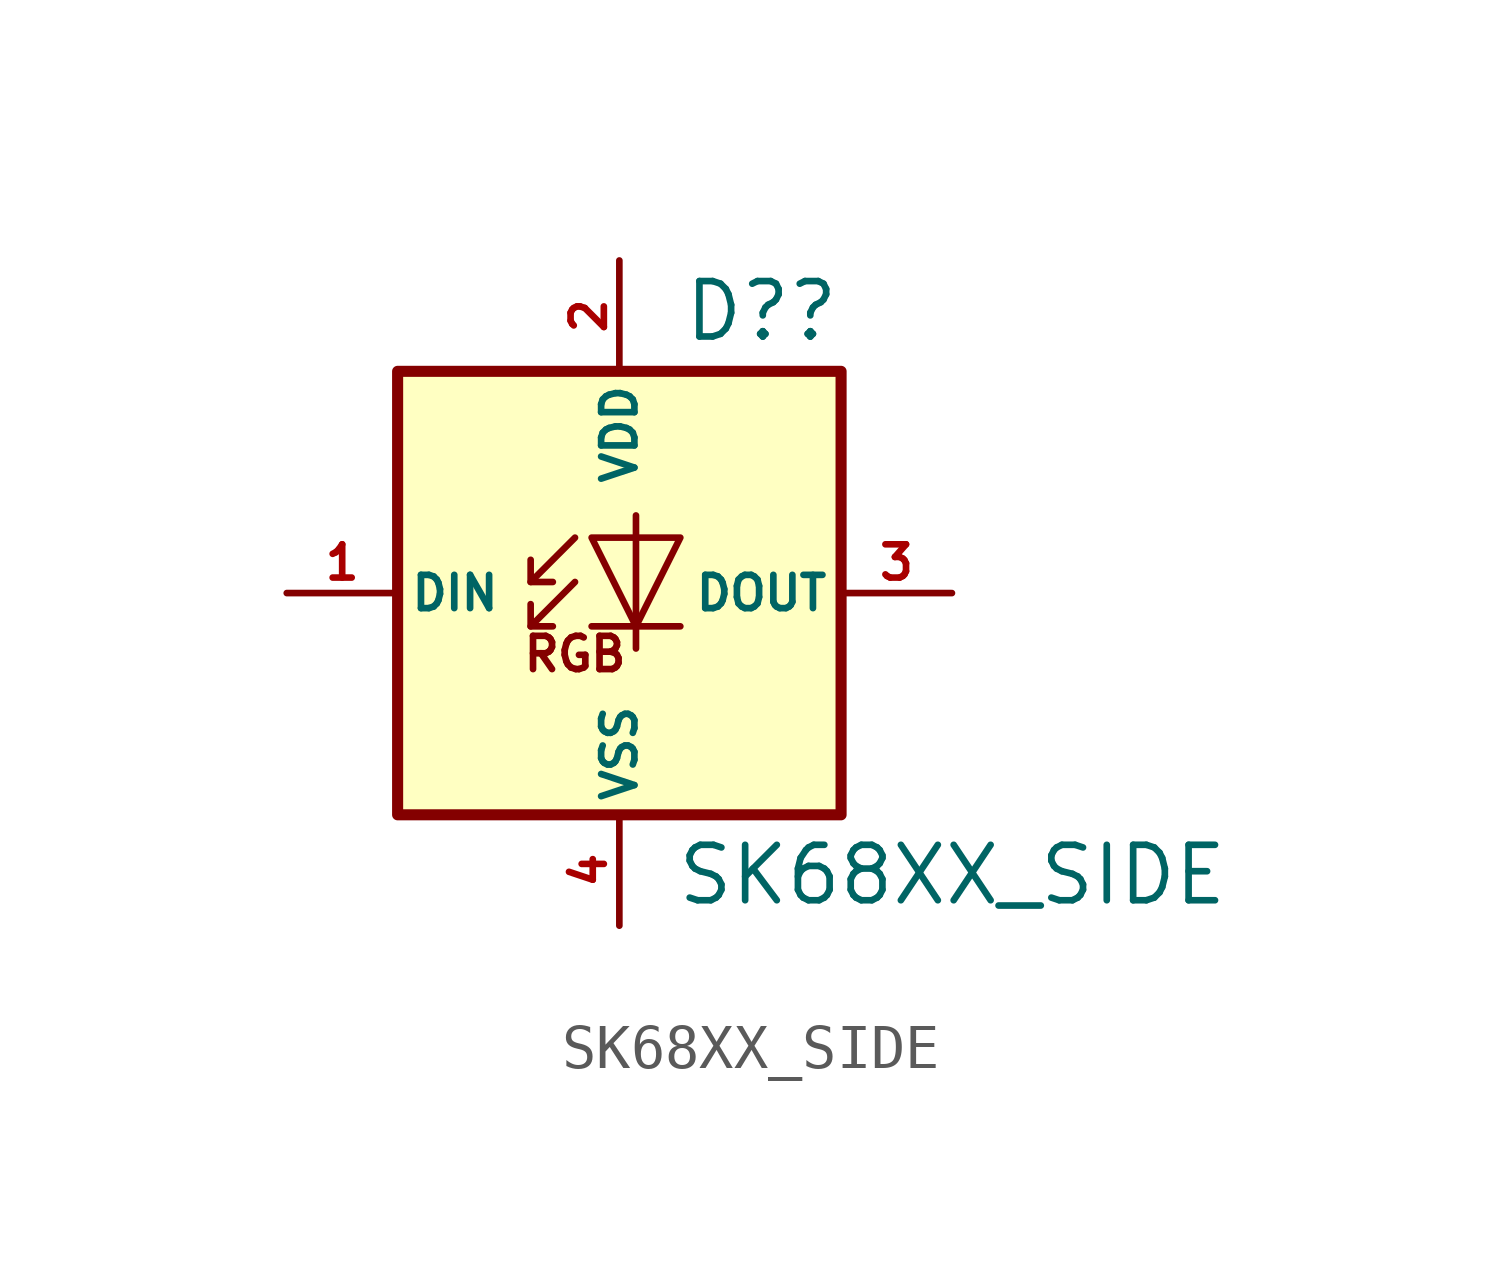
<source format=kicad_sym>
(kicad_symbol_lib
  (version 20211014)
  (generator kicad_symbol_editor)
  (symbol "SK68XX_SIDE"
    (pin_names
      (offset 0.254))
    (property "Reference" "D?"
      (at 5.08 5.715 0)
      (effects (font (size 1.27 1.27)) (justify right bottom)))
    (property "Value" "SK68XX_SIDE"
      (at 1.27 -5.715 0)
      (effects (font (size 1.27 1.27)) (justify left top)))
    (symbol "SK68XX_SIDE_0_0"
      (text "RGB" (at -1.016 -1.397 0) (effects (font (size 0.762 0.762)))))
    (symbol "SK68XX_SIDE_0_1"
      (polyline (pts (xy -2.032 -0.762) (xy -1.524 -0.762)) (stroke (width 0) (type default) (color 0 0 0 0)) (fill (type none)))
      (polyline (pts (xy -2.032 0.254) (xy -1.524 0.254)) (stroke (width 0) (type default) (color 0 0 0 0)) (fill (type none)))
      (polyline (pts (xy 1.397 -0.762) (xy -0.635 -0.762)) (stroke (width 0) (type default) (color 0 0 0 0)) (fill (type none)))
      (polyline (pts (xy -1.016 0.254) (xy -2.032 -0.762) (xy -2.032 -0.254)) (stroke (width 0) (type default) (color 0 0 0 0)) (fill (type none)))
      (polyline (pts (xy -1.016 1.27) (xy -2.032 0.254) (xy -2.032 0.762)) (stroke (width 0) (type default) (color 0 0 0 0)) (fill (type none)))
      (polyline (pts (xy 0.381 1.778) (xy 0.381 -0.762) (xy 0.381 -1.27)) (stroke (width 0) (type default) (color 0 0 0 0)) (fill (type none)))
      (polyline (pts (xy 1.397 1.27) (xy -0.635 1.27) (xy 0.381 -0.762) (xy 1.397 1.27)) (stroke (width 0) (type default) (color 0 0 0 0)) (fill (type none)))
      (rectangle (start 5.08 5.08) (end -5.08 -5.08) (stroke (width 0.254) (type default) (color 0 0 0 0)) (fill (type background))))
    (symbol "SK68XX_SIDE_1_1"
      (pin input line (at -7.62 0 0) (length 2.54) (name "DIN" (effects (font (size 0.762 0.762)))) (number "1" (effects (font (size 0.762 0.762)))))
      (pin power_in line (at 0 7.62 270) (length 2.54) (name "VDD" (effects (font (size 0.762 0.762)))) (number "2" (effects (font (size 0.762 0.762)))))
      (pin output line (at 7.62 0 180) (length 2.54) (name "DOUT" (effects (font (size 0.762 0.762)))) (number "3" (effects (font (size 0.762 0.762)))))
      (pin power_in line (at 0 -7.62 90) (length 2.54) (name "VSS" (effects (font (size 0.762 0.762)))) (number "4" (effects (font (size 0.762 0.762))))))))
</source>
